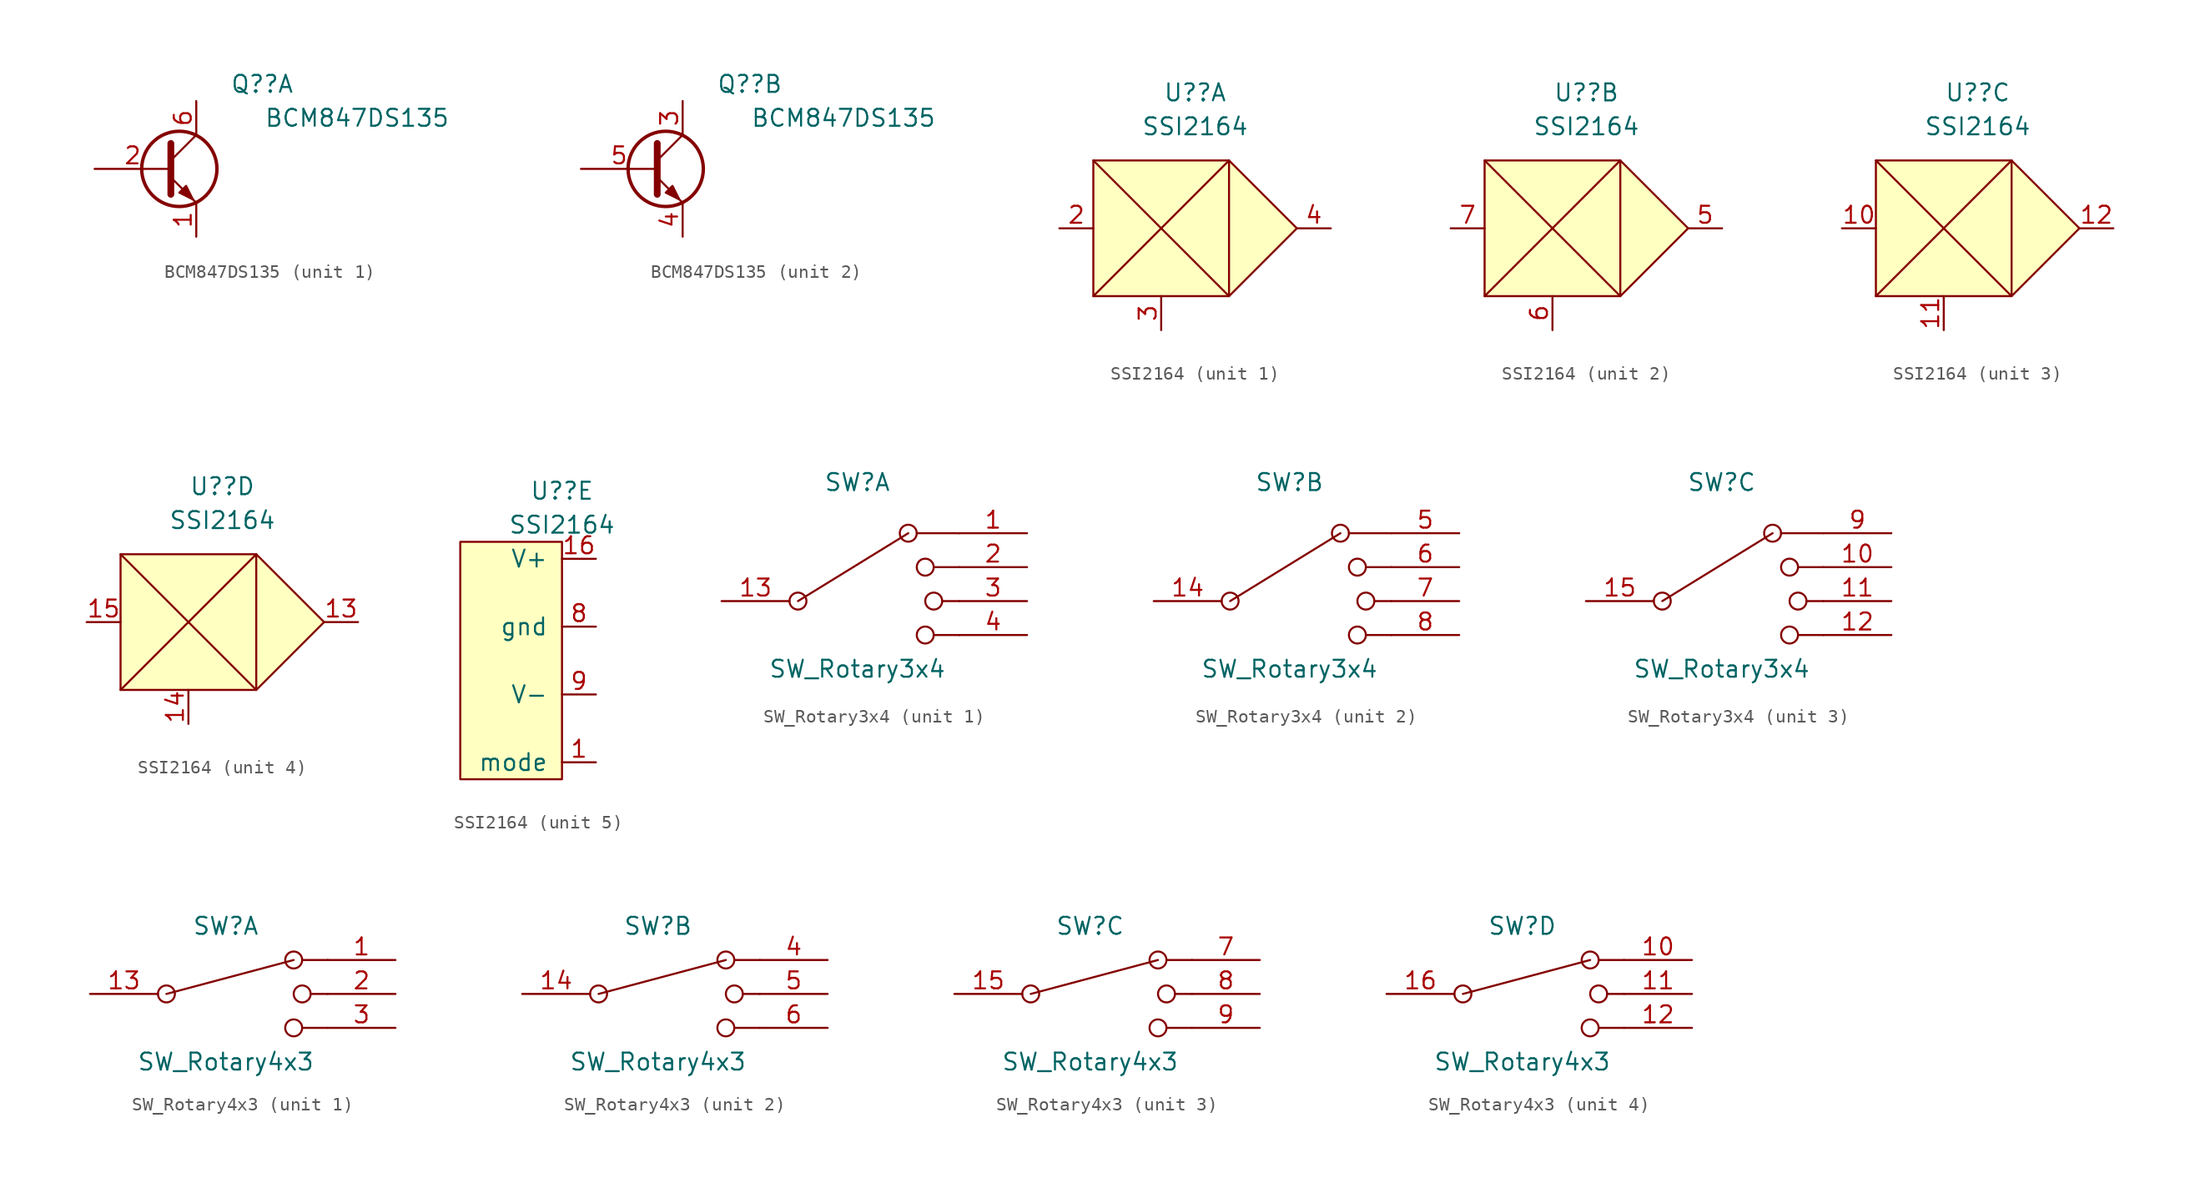
<source format=kicad_sym>
(kicad_symbol_lib
  (version 20211014)
  (generator kicad_symbol_editor)
  (symbol "BCM847DS135"
    (pin_names
      (offset 0) hide)
    (property "Reference" "Q?"
      (at 5.08 6.35 0)
      (effects (font (size 1.27 1.27)) (justify left)))
    (property "Value" "BCM847DS135"
      (at 7.62 3.81 0)
      (effects (font (size 1.27 1.27)) (justify left)))
    (symbol "BCM847DS135_0_1"
      (polyline (pts (xy 0.635 0.635) (xy 2.54 2.54)) (stroke (width 0) (type default) (color 0 0 0 0)) (fill (type none)))
      (polyline (pts (xy 0.635 -0.635) (xy 2.54 -2.54) (xy 2.54 -2.54)) (stroke (width 0) (type default) (color 0 0 0 0)) (fill (type none)))
      (polyline (pts (xy 0.635 1.905) (xy 0.635 -1.905) (xy 0.635 -1.905)) (stroke (width 0.508) (type default) (color 0 0 0 0)) (fill (type none)))
      (polyline (pts (xy 1.27 -1.778) (xy 1.778 -1.27) (xy 2.286 -2.286) (xy 1.27 -1.778) (xy 1.27 -1.778)) (stroke (width 0) (type default) (color 0 0 0 0)) (fill (type outline)))
      (circle (center 1.27 0) (radius 2.819) (stroke (width 0.254) (type default) (color 0 0 0 0)) (fill (type none))))
    (symbol "BCM847DS135_1_1"
      (pin passive line (at 2.54 -5.08 90) (length 2.54) (name "E" (effects (font (size 1.27 1.27)))) (number "1" (effects (font (size 1.27 1.27)))))
      (pin passive line (at -5.08 0 0) (length 5.715) (name "B" (effects (font (size 1.27 1.27)))) (number "2" (effects (font (size 1.27 1.27)))))
      (pin passive line (at 2.54 5.08 270) (length 2.54) (name "C" (effects (font (size 1.27 1.27)))) (number "6" (effects (font (size 1.27 1.27))))))
    (symbol "BCM847DS135_2_1"
      (pin passive line (at 2.54 5.08 270) (length 2.54) (name "C" (effects (font (size 1.27 1.27)))) (number "3" (effects (font (size 1.27 1.27)))))
      (pin passive line (at 2.54 -5.08 90) (length 2.54) (name "E" (effects (font (size 1.27 1.27)))) (number "4" (effects (font (size 1.27 1.27)))))
      (pin passive line (at -5.08 0 0) (length 5.715) (name "B" (effects (font (size 1.27 1.27)))) (number "5" (effects (font (size 1.27 1.27)))))))
  (symbol "SSI2164"
    (pin_names
      (offset 1.016))
    (property "Reference" "U?"
      (at 2.54 10.16 0)
      (effects (font (size 1.27 1.27))))
    (property "Value" "SSI2164"
      (at 2.54 7.62 0)
      (effects (font (size 1.27 1.27))))
    (property "ki_locked" ""
      (at 0 0 0)
      (effects (font (size 1.27 1.27))))
    (symbol "SSI2164_1_1"
      (rectangle (start -5.08 5.08) (end 5.08 -5.08) (stroke (width 0) (type default) (color 0 0 0 0)) (fill (type background)))
      (polyline (pts (xy 5.08 5.08) (xy -5.08 -5.08)) (stroke (width 0) (type default) (color 0 0 0 0)) (fill (type none)))
      (polyline (pts (xy 5.08 5.08) (xy 10.16 0) (xy 5.08 -5.08) (xy -5.08 5.08)) (stroke (width 0) (type default) (color 0 0 0 0)) (fill (type background)))
      (pin input line (at -7.62 0 0) (length 2.54) (name "~" (effects (font (size 1.27 1.27)))) (number "2" (effects (font (size 1.27 1.27)))))
      (pin input line (at 0 -7.62 90) (length 2.54) (name "~" (effects (font (size 1.27 1.27)))) (number "3" (effects (font (size 1.27 1.27)))))
      (pin output line (at 12.7 0 180) (length 2.54) (name "~" (effects (font (size 1.27 1.27)))) (number "4" (effects (font (size 1.27 1.27))))))
    (symbol "SSI2164_2_1"
      (rectangle (start -5.08 5.08) (end 5.08 -5.08) (stroke (width 0) (type default) (color 0 0 0 0)) (fill (type background)))
      (polyline (pts (xy 5.08 5.08) (xy -5.08 -5.08)) (stroke (width 0) (type default) (color 0 0 0 0)) (fill (type none)))
      (polyline (pts (xy 5.08 5.08) (xy 10.16 0) (xy 5.08 -5.08) (xy -5.08 5.08)) (stroke (width 0) (type default) (color 0 0 0 0)) (fill (type background)))
      (pin output line (at 12.7 0 180) (length 2.54) (name "~" (effects (font (size 1.27 1.27)))) (number "5" (effects (font (size 1.27 1.27)))))
      (pin input line (at 0 -7.62 90) (length 2.54) (name "~" (effects (font (size 1.27 1.27)))) (number "6" (effects (font (size 1.27 1.27)))))
      (pin input line (at -7.62 0 0) (length 2.54) (name "~" (effects (font (size 1.27 1.27)))) (number "7" (effects (font (size 1.27 1.27))))))
    (symbol "SSI2164_3_1"
      (rectangle (start -5.08 5.08) (end 5.08 -5.08) (stroke (width 0) (type default) (color 0 0 0 0)) (fill (type background)))
      (polyline (pts (xy 5.08 5.08) (xy -5.08 -5.08)) (stroke (width 0) (type default) (color 0 0 0 0)) (fill (type none)))
      (polyline (pts (xy 5.08 5.08) (xy 10.16 0) (xy 5.08 -5.08) (xy -5.08 5.08)) (stroke (width 0) (type default) (color 0 0 0 0)) (fill (type background)))
      (pin input line (at -7.62 0 0) (length 2.54) (name "~" (effects (font (size 1.27 1.27)))) (number "10" (effects (font (size 1.27 1.27)))))
      (pin input line (at 0 -7.62 90) (length 2.54) (name "~" (effects (font (size 1.27 1.27)))) (number "11" (effects (font (size 1.27 1.27)))))
      (pin output line (at 12.7 0 180) (length 2.54) (name "~" (effects (font (size 1.27 1.27)))) (number "12" (effects (font (size 1.27 1.27))))))
    (symbol "SSI2164_4_1"
      (rectangle (start -5.08 5.08) (end 5.08 -5.08) (stroke (width 0) (type default) (color 0 0 0 0)) (fill (type background)))
      (polyline (pts (xy 5.08 5.08) (xy -5.08 -5.08)) (stroke (width 0) (type default) (color 0 0 0 0)) (fill (type none)))
      (polyline (pts (xy 5.08 5.08) (xy 10.16 0) (xy 5.08 -5.08) (xy -5.08 5.08)) (stroke (width 0) (type default) (color 0 0 0 0)) (fill (type background)))
      (pin output line (at 12.7 0 180) (length 2.54) (name "~" (effects (font (size 1.27 1.27)))) (number "13" (effects (font (size 1.27 1.27)))))
      (pin input line (at 0 -7.62 90) (length 2.54) (name "~" (effects (font (size 1.27 1.27)))) (number "14" (effects (font (size 1.27 1.27)))))
      (pin input line (at -7.62 0 0) (length 2.54) (name "~" (effects (font (size 1.27 1.27)))) (number "15" (effects (font (size 1.27 1.27))))))
    (symbol "SSI2164_5_1"
      (rectangle (start 2.54 6.35) (end -5.08 -11.43) (stroke (width 0) (type default) (color 0 0 0 0)) (fill (type background)))
      (pin input line (at 5.08 -10.16 180) (length 2.54) (name "mode" (effects (font (size 1.27 1.27)))) (number "1" (effects (font (size 1.27 1.27)))))
      (pin power_in line (at 5.08 5.08 180) (length 2.54) (name "V+" (effects (font (size 1.27 1.27)))) (number "16" (effects (font (size 1.27 1.27)))))
      (pin power_in line (at 5.08 0 180) (length 2.54) (name "gnd" (effects (font (size 1.27 1.27)))) (number "8" (effects (font (size 1.27 1.27)))))
      (pin power_in line (at 5.08 -5.08 180) (length 2.54) (name "V-" (effects (font (size 1.27 1.27)))) (number "9" (effects (font (size 1.27 1.27)))))))
  (symbol "SW_Rotary3x4"
    (pin_names
      (offset 1.016) hide)
    (property "Reference" "SW"
      (at 0 8.89 0)
      (effects (font (size 1.27 1.27))))
    (property "Value" "SW_Rotary3x4"
      (at 0 -5.08 0)
      (effects (font (size 1.27 1.27))))
    (property "ki_locked" ""
      (at 0 0 0)
      (effects (font (size 1.27 1.27))))
    (symbol "SW_Rotary3x4_0_0"
      (circle (center -4.445 0) (radius 0.635) (stroke (width 0) (type default) (color 0 0 0 0)) (fill (type none)))
      (polyline (pts (xy -4.445 0) (xy 3.81 5.08)) (stroke (width 0) (type default) (color 0 0 0 0)) (fill (type none)))
      (polyline (pts (xy 4.445 5.08) (xy 7.62 5.08)) (stroke (width 0) (type default) (color 0 0 0 0)) (fill (type none)))
      (polyline (pts (xy 5.715 -2.54) (xy 7.62 -2.54)) (stroke (width 0) (type default) (color 0 0 0 0)) (fill (type none)))
      (polyline (pts (xy 5.715 2.54) (xy 7.62 2.54)) (stroke (width 0) (type default) (color 0 0 0 0)) (fill (type none)))
      (polyline (pts (xy 6.35 0) (xy 7.62 0)) (stroke (width 0) (type default) (color 0 0 0 0)) (fill (type none)))
      (circle (center 3.81 5.08) (radius 0.635) (stroke (width 0) (type default) (color 0 0 0 0)) (fill (type none)))
      (circle (center 5.08 -2.54) (radius 0.635) (stroke (width 0) (type default) (color 0 0 0 0)) (fill (type none)))
      (circle (center 5.08 2.54) (radius 0.635) (stroke (width 0) (type default) (color 0 0 0 0)) (fill (type none)))
      (circle (center 5.715 0) (radius 0.635) (stroke (width 0) (type default) (color 0 0 0 0)) (fill (type none))))
    (symbol "SW_Rotary3x4_1_1"
      (pin passive line (at 12.7 5.08 180) (length 5.08) (name "1" (effects (font (size 1.27 1.27)))) (number "1" (effects (font (size 1.27 1.27)))))
      (pin passive line (at -10.16 0 0) (length 5.08) (name "13" (effects (font (size 1.27 1.27)))) (number "13" (effects (font (size 1.27 1.27)))))
      (pin passive line (at 12.7 2.54 180) (length 5.08) (name "2" (effects (font (size 1.27 1.27)))) (number "2" (effects (font (size 1.27 1.27)))))
      (pin passive line (at 12.7 0 180) (length 5.08) (name "3" (effects (font (size 1.27 1.27)))) (number "3" (effects (font (size 1.27 1.27)))))
      (pin passive line (at 12.7 -2.54 180) (length 5.08) (name "4" (effects (font (size 1.27 1.27)))) (number "4" (effects (font (size 1.27 1.27))))))
    (symbol "SW_Rotary3x4_2_1"
      (pin passive line (at -10.16 0 0) (length 5.08) (name "14" (effects (font (size 1.27 1.27)))) (number "14" (effects (font (size 1.27 1.27)))))
      (pin passive line (at 12.7 5.08 180) (length 5.08) (name "5" (effects (font (size 1.27 1.27)))) (number "5" (effects (font (size 1.27 1.27)))))
      (pin passive line (at 12.7 2.54 180) (length 5.08) (name "6" (effects (font (size 1.27 1.27)))) (number "6" (effects (font (size 1.27 1.27)))))
      (pin passive line (at 12.7 0 180) (length 5.08) (name "7" (effects (font (size 1.27 1.27)))) (number "7" (effects (font (size 1.27 1.27)))))
      (pin passive line (at 12.7 -2.54 180) (length 5.08) (name "8" (effects (font (size 1.27 1.27)))) (number "8" (effects (font (size 1.27 1.27))))))
    (symbol "SW_Rotary3x4_3_1"
      (pin passive line (at 12.7 2.54 180) (length 5.08) (name "10" (effects (font (size 1.27 1.27)))) (number "10" (effects (font (size 1.27 1.27)))))
      (pin passive line (at 12.7 0 180) (length 5.08) (name "11" (effects (font (size 1.27 1.27)))) (number "11" (effects (font (size 1.27 1.27)))))
      (pin passive line (at 12.7 -2.54 180) (length 5.08) (name "12" (effects (font (size 1.27 1.27)))) (number "12" (effects (font (size 1.27 1.27)))))
      (pin passive line (at -10.16 0 0) (length 5.08) (name "15" (effects (font (size 1.27 1.27)))) (number "15" (effects (font (size 1.27 1.27)))))
      (pin passive line (at 12.7 5.08 180) (length 5.08) (name "9" (effects (font (size 1.27 1.27)))) (number "9" (effects (font (size 1.27 1.27)))))))
  (symbol "SW_Rotary4x3"
    (pin_names
      (offset 1.016) hide)
    (property "Reference" "SW"
      (at 0 5.08 0)
      (effects (font (size 1.27 1.27))))
    (property "Value" "SW_Rotary4x3"
      (at 0 -5.08 0)
      (effects (font (size 1.27 1.27))))
    (property "ki_locked" ""
      (at 0 0 0)
      (effects (font (size 1.27 1.27))))
    (symbol "SW_Rotary4x3_0_0"
      (circle (center -4.445 0) (radius 0.635) (stroke (width 0) (type default) (color 0 0 0 0)) (fill (type none)))
      (polyline (pts (xy -4.445 0) (xy 5.08 2.54)) (stroke (width 0) (type default) (color 0 0 0 0)) (fill (type none)))
      (polyline (pts (xy 5.715 -2.54) (xy 7.62 -2.54)) (stroke (width 0) (type default) (color 0 0 0 0)) (fill (type none)))
      (polyline (pts (xy 5.715 2.54) (xy 7.62 2.54)) (stroke (width 0) (type default) (color 0 0 0 0)) (fill (type none)))
      (polyline (pts (xy 6.35 0) (xy 7.62 0)) (stroke (width 0) (type default) (color 0 0 0 0)) (fill (type none)))
      (circle (center 5.08 -2.54) (radius 0.635) (stroke (width 0) (type default) (color 0 0 0 0)) (fill (type none)))
      (circle (center 5.08 2.54) (radius 0.635) (stroke (width 0) (type default) (color 0 0 0 0)) (fill (type none)))
      (circle (center 5.715 0) (radius 0.635) (stroke (width 0) (type default) (color 0 0 0 0)) (fill (type none))))
    (symbol "SW_Rotary4x3_1_1"
      (pin passive line (at 12.7 2.54 180) (length 5.08) (name "1" (effects (font (size 1.27 1.27)))) (number "1" (effects (font (size 1.27 1.27)))))
      (pin passive line (at -10.16 0 0) (length 5.08) (name "13" (effects (font (size 1.27 1.27)))) (number "13" (effects (font (size 1.27 1.27)))))
      (pin passive line (at 12.7 0 180) (length 5.08) (name "2" (effects (font (size 1.27 1.27)))) (number "2" (effects (font (size 1.27 1.27)))))
      (pin passive line (at 12.7 -2.54 180) (length 5.08) (name "3" (effects (font (size 1.27 1.27)))) (number "3" (effects (font (size 1.27 1.27))))))
    (symbol "SW_Rotary4x3_2_1"
      (pin passive line (at -10.16 0 0) (length 5.08) (name "14" (effects (font (size 1.27 1.27)))) (number "14" (effects (font (size 1.27 1.27)))))
      (pin passive line (at 12.7 2.54 180) (length 5.08) (name "4" (effects (font (size 1.27 1.27)))) (number "4" (effects (font (size 1.27 1.27)))))
      (pin passive line (at 12.7 0 180) (length 5.08) (name "5" (effects (font (size 1.27 1.27)))) (number "5" (effects (font (size 1.27 1.27)))))
      (pin passive line (at 12.7 -2.54 180) (length 5.08) (name "6" (effects (font (size 1.27 1.27)))) (number "6" (effects (font (size 1.27 1.27))))))
    (symbol "SW_Rotary4x3_3_1"
      (pin passive line (at -10.16 0 0) (length 5.08) (name "15" (effects (font (size 1.27 1.27)))) (number "15" (effects (font (size 1.27 1.27)))))
      (pin passive line (at 12.7 2.54 180) (length 5.08) (name "7" (effects (font (size 1.27 1.27)))) (number "7" (effects (font (size 1.27 1.27)))))
      (pin passive line (at 12.7 0 180) (length 5.08) (name "8" (effects (font (size 1.27 1.27)))) (number "8" (effects (font (size 1.27 1.27)))))
      (pin passive line (at 12.7 -2.54 180) (length 5.08) (name "9" (effects (font (size 1.27 1.27)))) (number "9" (effects (font (size 1.27 1.27))))))
    (symbol "SW_Rotary4x3_4_1"
      (pin passive line (at 12.7 2.54 180) (length 5.08) (name "10" (effects (font (size 1.27 1.27)))) (number "10" (effects (font (size 1.27 1.27)))))
      (pin passive line (at 12.7 0 180) (length 5.08) (name "11" (effects (font (size 1.27 1.27)))) (number "11" (effects (font (size 1.27 1.27)))))
      (pin passive line (at 12.7 -2.54 180) (length 5.08) (name "12" (effects (font (size 1.27 1.27)))) (number "12" (effects (font (size 1.27 1.27)))))
      (pin passive line (at -10.16 0 0) (length 5.08) (name "16" (effects (font (size 1.27 1.27)))) (number "16" (effects (font (size 1.27 1.27))))))))
</source>
